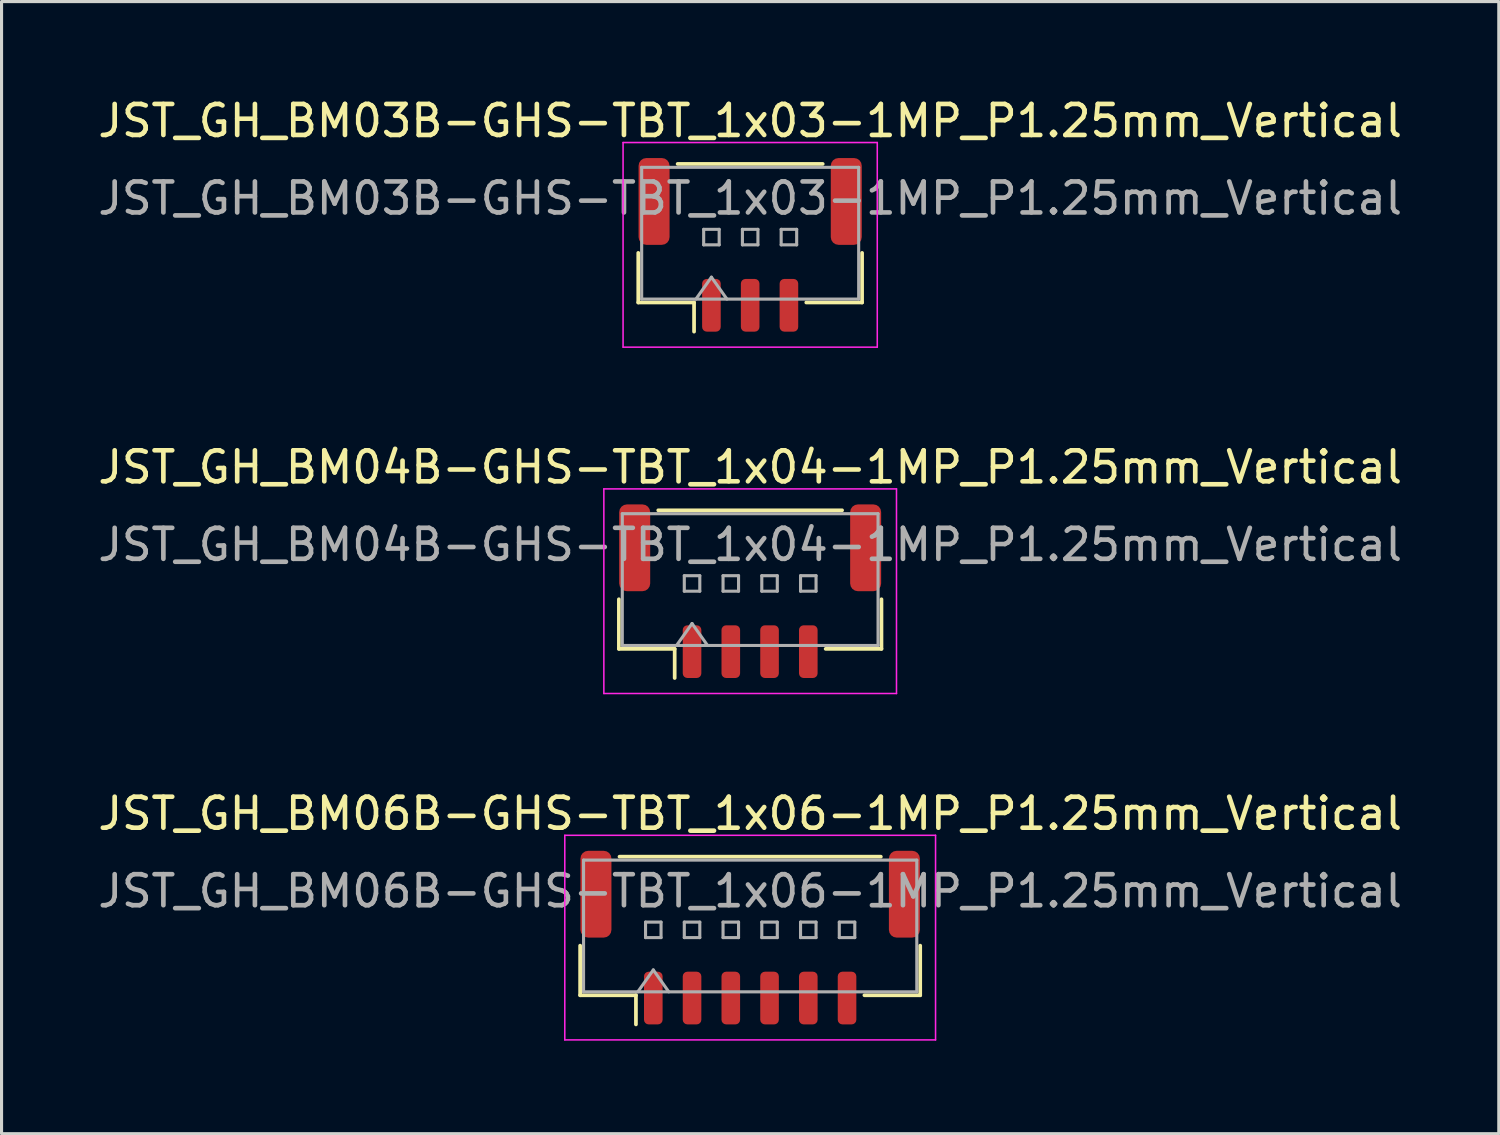
<source format=kicad_pcb>
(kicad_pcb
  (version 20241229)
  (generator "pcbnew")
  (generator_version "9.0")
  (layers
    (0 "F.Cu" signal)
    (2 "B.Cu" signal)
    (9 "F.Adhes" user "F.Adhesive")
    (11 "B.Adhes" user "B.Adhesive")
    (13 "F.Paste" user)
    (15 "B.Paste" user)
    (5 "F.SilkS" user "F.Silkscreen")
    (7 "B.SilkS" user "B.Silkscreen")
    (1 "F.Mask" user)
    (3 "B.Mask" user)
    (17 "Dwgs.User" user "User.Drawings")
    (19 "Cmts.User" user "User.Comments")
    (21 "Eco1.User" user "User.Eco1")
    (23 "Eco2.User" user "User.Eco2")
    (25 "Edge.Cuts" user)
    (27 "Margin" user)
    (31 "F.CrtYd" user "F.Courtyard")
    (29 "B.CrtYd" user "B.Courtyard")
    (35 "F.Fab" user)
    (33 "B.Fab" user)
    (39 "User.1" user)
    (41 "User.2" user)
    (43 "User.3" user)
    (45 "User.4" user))
  (footprint "JST_GH_BM03B-GHS-TBT_1x03-1MP_P1.25mm_Vertical"
    (layer "F.Cu")
    (at 21.149 4.848)
    (property "Reference" "JST_GH_BM03B-GHS-TBT_1x03-1MP_P1.25mm_Vertical" (at 0 -4 0) (layer "F.SilkS") (effects (font (size 1 1) (thickness 0.15))))
    (attr smd)
    (fp_line (start -3.61 0.26) (end -3.61 1.86) (stroke (width 0.12) (type solid)) (layer "F.SilkS"))
    (fp_line (start -3.61 1.86) (end -1.81 1.86) (stroke (width 0.12) (type solid)) (layer "F.SilkS"))
    (fp_line (start -2.34 -2.61) (end 2.34 -2.61) (stroke (width 0.12) (type solid)) (layer "F.SilkS"))
    (fp_line (start -1.81 1.86) (end -1.81 2.8) (stroke (width 0.12) (type solid)) (layer "F.SilkS"))
    (fp_line (start 3.61 0.26) (end 3.61 1.86) (stroke (width 0.12) (type solid)) (layer "F.SilkS"))
    (fp_line (start 3.61 1.86) (end 1.81 1.86) (stroke (width 0.12) (type solid)) (layer "F.SilkS"))
    (fp_line (start -4.1 -3.3) (end -4.1 3.3) (stroke (width 0.05) (type solid)) (layer "F.CrtYd"))
    (fp_line (start -4.1 3.3) (end 4.1 3.3) (stroke (width 0.05) (type solid)) (layer "F.CrtYd"))
    (fp_line (start 4.1 -3.3) (end -4.1 -3.3) (stroke (width 0.05) (type solid)) (layer "F.CrtYd"))
    (fp_line (start 4.1 3.3) (end 4.1 -3.3) (stroke (width 0.05) (type solid)) (layer "F.CrtYd"))
    (fp_line (start -3.5 -2.5) (end 3.5 -2.5) (stroke (width 0.1) (type solid)) (layer "F.Fab"))
    (fp_line (start -3.5 1.75) (end -3.5 -2.5) (stroke (width 0.1) (type solid)) (layer "F.Fab"))
    (fp_line (start -3.5 1.75) (end 3.5 1.75) (stroke (width 0.1) (type solid)) (layer "F.Fab"))
    (fp_line (start -1.75 1.75) (end -1.25 1.043) (stroke (width 0.1) (type solid)) (layer "F.Fab"))
    (fp_line (start -1.5 -0.5) (end -1.5 0) (stroke (width 0.1) (type solid)) (layer "F.Fab"))
    (fp_line (start -1.5 0) (end -1 0) (stroke (width 0.1) (type solid)) (layer "F.Fab"))
    (fp_line (start -1.25 1.043) (end -0.75 1.75) (stroke (width 0.1) (type solid)) (layer "F.Fab"))
    (fp_line (start -1 -0.5) (end -1.5 -0.5) (stroke (width 0.1) (type solid)) (layer "F.Fab"))
    (fp_line (start -1 0) (end -1 -0.5) (stroke (width 0.1) (type solid)) (layer "F.Fab"))
    (fp_line (start -0.25 -0.5) (end -0.25 0) (stroke (width 0.1) (type solid)) (layer "F.Fab"))
    (fp_line (start -0.25 0) (end 0.25 0) (stroke (width 0.1) (type solid)) (layer "F.Fab"))
    (fp_line (start 0.25 -0.5) (end -0.25 -0.5) (stroke (width 0.1) (type solid)) (layer "F.Fab"))
    (fp_line (start 0.25 0) (end 0.25 -0.5) (stroke (width 0.1) (type solid)) (layer "F.Fab"))
    (fp_line (start 1 -0.5) (end 1 0) (stroke (width 0.1) (type solid)) (layer "F.Fab"))
    (fp_line (start 1 0) (end 1.5 0) (stroke (width 0.1) (type solid)) (layer "F.Fab"))
    (fp_line (start 1.5 -0.5) (end 1 -0.5) (stroke (width 0.1) (type solid)) (layer "F.Fab"))
    (fp_line (start 1.5 0) (end 1.5 -0.5) (stroke (width 0.1) (type solid)) (layer "F.Fab"))
    (fp_line (start 3.5 1.75) (end 3.5 -2.5) (stroke (width 0.1) (type solid)) (layer "F.Fab"))
    (fp_text user "${REFERENCE}" (at 0 -1.5 0) (layer "F.Fab") (effects (font (size 1 1) (thickness 0.15))))
    (pad "1" smd roundrect (at -1.25 1.95) (size 0.6 1.7) (layers "F.Cu" "F.Mask" "F.Paste") (roundrect_rratio 0.25))
    (pad "2" smd roundrect (at 0 1.95) (size 0.6 1.7) (layers "F.Cu" "F.Mask" "F.Paste") (roundrect_rratio 0.25))
    (pad "3" smd roundrect (at 1.25 1.95) (size 0.6 1.7) (layers "F.Cu" "F.Mask" "F.Paste") (roundrect_rratio 0.25))
    (pad "MP" smd roundrect (at -3.1 -1.4) (size 1 2.8) (layers "F.Cu" "F.Mask" "F.Paste") (roundrect_rratio 0.25))
    (pad "MP" smd roundrect (at 3.1 -1.4) (size 1 2.8) (layers "F.Cu" "F.Mask" "F.Paste") (roundrect_rratio 0.25)))
  (footprint "JST_GH_BM04B-GHS-TBT_1x04-1MP_P1.25mm_Vertical"
    (layer "F.Cu")
    (at 21.149 16.021)
    (property "Reference" "JST_GH_BM04B-GHS-TBT_1x04-1MP_P1.25mm_Vertical" (at 0 -4 0) (layer "F.SilkS") (effects (font (size 1 1) (thickness 0.15))))
    (attr smd)
    (fp_line (start -4.235 0.26) (end -4.235 1.86) (stroke (width 0.12) (type solid)) (layer "F.SilkS"))
    (fp_line (start -4.235 1.86) (end -2.435 1.86) (stroke (width 0.12) (type solid)) (layer "F.SilkS"))
    (fp_line (start -2.965 -2.61) (end 2.965 -2.61) (stroke (width 0.12) (type solid)) (layer "F.SilkS"))
    (fp_line (start -2.435 1.86) (end -2.435 2.8) (stroke (width 0.12) (type solid)) (layer "F.SilkS"))
    (fp_line (start 4.235 0.26) (end 4.235 1.86) (stroke (width 0.12) (type solid)) (layer "F.SilkS"))
    (fp_line (start 4.235 1.86) (end 2.435 1.86) (stroke (width 0.12) (type solid)) (layer "F.SilkS"))
    (fp_line (start -4.72 -3.3) (end -4.72 3.3) (stroke (width 0.05) (type solid)) (layer "F.CrtYd"))
    (fp_line (start -4.72 3.3) (end 4.72 3.3) (stroke (width 0.05) (type solid)) (layer "F.CrtYd"))
    (fp_line (start 4.72 -3.3) (end -4.72 -3.3) (stroke (width 0.05) (type solid)) (layer "F.CrtYd"))
    (fp_line (start 4.72 3.3) (end 4.72 -3.3) (stroke (width 0.05) (type solid)) (layer "F.CrtYd"))
    (fp_line (start -4.125 -2.5) (end 4.125 -2.5) (stroke (width 0.1) (type solid)) (layer "F.Fab"))
    (fp_line (start -4.125 1.75) (end -4.125 -2.5) (stroke (width 0.1) (type solid)) (layer "F.Fab"))
    (fp_line (start -4.125 1.75) (end 4.125 1.75) (stroke (width 0.1) (type solid)) (layer "F.Fab"))
    (fp_line (start -2.375 1.75) (end -1.875 1.043) (stroke (width 0.1) (type solid)) (layer "F.Fab"))
    (fp_line (start -2.125 -0.5) (end -2.125 0) (stroke (width 0.1) (type solid)) (layer "F.Fab"))
    (fp_line (start -2.125 0) (end -1.625 0) (stroke (width 0.1) (type solid)) (layer "F.Fab"))
    (fp_line (start -1.875 1.043) (end -1.375 1.75) (stroke (width 0.1) (type solid)) (layer "F.Fab"))
    (fp_line (start -1.625 -0.5) (end -2.125 -0.5) (stroke (width 0.1) (type solid)) (layer "F.Fab"))
    (fp_line (start -1.625 0) (end -1.625 -0.5) (stroke (width 0.1) (type solid)) (layer "F.Fab"))
    (fp_line (start -0.875 -0.5) (end -0.875 0) (stroke (width 0.1) (type solid)) (layer "F.Fab"))
    (fp_line (start -0.875 0) (end -0.375 0) (stroke (width 0.1) (type solid)) (layer "F.Fab"))
    (fp_line (start -0.375 -0.5) (end -0.875 -0.5) (stroke (width 0.1) (type solid)) (layer "F.Fab"))
    (fp_line (start -0.375 0) (end -0.375 -0.5) (stroke (width 0.1) (type solid)) (layer "F.Fab"))
    (fp_line (start 0.375 -0.5) (end 0.375 0) (stroke (width 0.1) (type solid)) (layer "F.Fab"))
    (fp_line (start 0.375 0) (end 0.875 0) (stroke (width 0.1) (type solid)) (layer "F.Fab"))
    (fp_line (start 0.875 -0.5) (end 0.375 -0.5) (stroke (width 0.1) (type solid)) (layer "F.Fab"))
    (fp_line (start 0.875 0) (end 0.875 -0.5) (stroke (width 0.1) (type solid)) (layer "F.Fab"))
    (fp_line (start 1.625 -0.5) (end 1.625 0) (stroke (width 0.1) (type solid)) (layer "F.Fab"))
    (fp_line (start 1.625 0) (end 2.125 0) (stroke (width 0.1) (type solid)) (layer "F.Fab"))
    (fp_line (start 2.125 -0.5) (end 1.625 -0.5) (stroke (width 0.1) (type solid)) (layer "F.Fab"))
    (fp_line (start 2.125 0) (end 2.125 -0.5) (stroke (width 0.1) (type solid)) (layer "F.Fab"))
    (fp_line (start 4.125 1.75) (end 4.125 -2.5) (stroke (width 0.1) (type solid)) (layer "F.Fab"))
    (fp_text user "${REFERENCE}" (at 0 -1.5 0) (layer "F.Fab") (effects (font (size 1 1) (thickness 0.15))))
    (pad "1" smd roundrect (at -1.875 1.95) (size 0.6 1.7) (layers "F.Cu" "F.Mask" "F.Paste") (roundrect_rratio 0.25))
    (pad "2" smd roundrect (at -0.625 1.95) (size 0.6 1.7) (layers "F.Cu" "F.Mask" "F.Paste") (roundrect_rratio 0.25))
    (pad "3" smd roundrect (at 0.625 1.95) (size 0.6 1.7) (layers "F.Cu" "F.Mask" "F.Paste") (roundrect_rratio 0.25))
    (pad "4" smd roundrect (at 1.875 1.95) (size 0.6 1.7) (layers "F.Cu" "F.Mask" "F.Paste") (roundrect_rratio 0.25))
    (pad "MP" smd roundrect (at -3.725 -1.4) (size 1 2.8) (layers "F.Cu" "F.Mask" "F.Paste") (roundrect_rratio 0.25))
    (pad "MP" smd roundrect (at 3.725 -1.4) (size 1 2.8) (layers "F.Cu" "F.Mask" "F.Paste") (roundrect_rratio 0.25)))
  (footprint "JST_GH_BM06B-GHS-TBT_1x06-1MP_P1.25mm_Vertical"
    (layer "F.Cu")
    (at 21.149 27.195)
    (property "Reference" "JST_GH_BM06B-GHS-TBT_1x06-1MP_P1.25mm_Vertical" (at 0 -4 0) (layer "F.SilkS") (effects (font (size 1 1) (thickness 0.15))))
    (attr smd)
    (fp_line (start -5.485 0.26) (end -5.485 1.86) (stroke (width 0.12) (type solid)) (layer "F.SilkS"))
    (fp_line (start -5.485 1.86) (end -3.685 1.86) (stroke (width 0.12) (type solid)) (layer "F.SilkS"))
    (fp_line (start -4.215 -2.61) (end 4.215 -2.61) (stroke (width 0.12) (type solid)) (layer "F.SilkS"))
    (fp_line (start -3.685 1.86) (end -3.685 2.8) (stroke (width 0.12) (type solid)) (layer "F.SilkS"))
    (fp_line (start 5.485 0.26) (end 5.485 1.86) (stroke (width 0.12) (type solid)) (layer "F.SilkS"))
    (fp_line (start 5.485 1.86) (end 3.685 1.86) (stroke (width 0.12) (type solid)) (layer "F.SilkS"))
    (fp_line (start -5.98 -3.3) (end -5.98 3.3) (stroke (width 0.05) (type solid)) (layer "F.CrtYd"))
    (fp_line (start -5.98 3.3) (end 5.98 3.3) (stroke (width 0.05) (type solid)) (layer "F.CrtYd"))
    (fp_line (start 5.98 -3.3) (end -5.98 -3.3) (stroke (width 0.05) (type solid)) (layer "F.CrtYd"))
    (fp_line (start 5.98 3.3) (end 5.98 -3.3) (stroke (width 0.05) (type solid)) (layer "F.CrtYd"))
    (fp_line (start -5.375 -2.5) (end 5.375 -2.5) (stroke (width 0.1) (type solid)) (layer "F.Fab"))
    (fp_line (start -5.375 1.75) (end -5.375 -2.5) (stroke (width 0.1) (type solid)) (layer "F.Fab"))
    (fp_line (start -5.375 1.75) (end 5.375 1.75) (stroke (width 0.1) (type solid)) (layer "F.Fab"))
    (fp_line (start -3.625 1.75) (end -3.125 1.043) (stroke (width 0.1) (type solid)) (layer "F.Fab"))
    (fp_line (start -3.375 -0.5) (end -3.375 0) (stroke (width 0.1) (type solid)) (layer "F.Fab"))
    (fp_line (start -3.375 0) (end -2.875 0) (stroke (width 0.1) (type solid)) (layer "F.Fab"))
    (fp_line (start -3.125 1.043) (end -2.625 1.75) (stroke (width 0.1) (type solid)) (layer "F.Fab"))
    (fp_line (start -2.875 -0.5) (end -3.375 -0.5) (stroke (width 0.1) (type solid)) (layer "F.Fab"))
    (fp_line (start -2.875 0) (end -2.875 -0.5) (stroke (width 0.1) (type solid)) (layer "F.Fab"))
    (fp_line (start -2.125 -0.5) (end -2.125 0) (stroke (width 0.1) (type solid)) (layer "F.Fab"))
    (fp_line (start -2.125 0) (end -1.625 0) (stroke (width 0.1) (type solid)) (layer "F.Fab"))
    (fp_line (start -1.625 -0.5) (end -2.125 -0.5) (stroke (width 0.1) (type solid)) (layer "F.Fab"))
    (fp_line (start -1.625 0) (end -1.625 -0.5) (stroke (width 0.1) (type solid)) (layer "F.Fab"))
    (fp_line (start -0.875 -0.5) (end -0.875 0) (stroke (width 0.1) (type solid)) (layer "F.Fab"))
    (fp_line (start -0.875 0) (end -0.375 0) (stroke (width 0.1) (type solid)) (layer "F.Fab"))
    (fp_line (start -0.375 -0.5) (end -0.875 -0.5) (stroke (width 0.1) (type solid)) (layer "F.Fab"))
    (fp_line (start -0.375 0) (end -0.375 -0.5) (stroke (width 0.1) (type solid)) (layer "F.Fab"))
    (fp_line (start 0.375 -0.5) (end 0.375 0) (stroke (width 0.1) (type solid)) (layer "F.Fab"))
    (fp_line (start 0.375 0) (end 0.875 0) (stroke (width 0.1) (type solid)) (layer "F.Fab"))
    (fp_line (start 0.875 -0.5) (end 0.375 -0.5) (stroke (width 0.1) (type solid)) (layer "F.Fab"))
    (fp_line (start 0.875 0) (end 0.875 -0.5) (stroke (width 0.1) (type solid)) (layer "F.Fab"))
    (fp_line (start 1.625 -0.5) (end 1.625 0) (stroke (width 0.1) (type solid)) (layer "F.Fab"))
    (fp_line (start 1.625 0) (end 2.125 0) (stroke (width 0.1) (type solid)) (layer "F.Fab"))
    (fp_line (start 2.125 -0.5) (end 1.625 -0.5) (stroke (width 0.1) (type solid)) (layer "F.Fab"))
    (fp_line (start 2.125 0) (end 2.125 -0.5) (stroke (width 0.1) (type solid)) (layer "F.Fab"))
    (fp_line (start 2.875 -0.5) (end 2.875 0) (stroke (width 0.1) (type solid)) (layer "F.Fab"))
    (fp_line (start 2.875 0) (end 3.375 0) (stroke (width 0.1) (type solid)) (layer "F.Fab"))
    (fp_line (start 3.375 -0.5) (end 2.875 -0.5) (stroke (width 0.1) (type solid)) (layer "F.Fab"))
    (fp_line (start 3.375 0) (end 3.375 -0.5) (stroke (width 0.1) (type solid)) (layer "F.Fab"))
    (fp_line (start 5.375 1.75) (end 5.375 -2.5) (stroke (width 0.1) (type solid)) (layer "F.Fab"))
    (fp_text user "${REFERENCE}" (at 0 -1.5 0) (layer "F.Fab") (effects (font (size 1 1) (thickness 0.15))))
    (pad "1" smd roundrect (at -3.125 1.95) (size 0.6 1.7) (layers "F.Cu" "F.Mask" "F.Paste") (roundrect_rratio 0.25))
    (pad "2" smd roundrect (at -1.875 1.95) (size 0.6 1.7) (layers "F.Cu" "F.Mask" "F.Paste") (roundrect_rratio 0.25))
    (pad "3" smd roundrect (at -0.625 1.95) (size 0.6 1.7) (layers "F.Cu" "F.Mask" "F.Paste") (roundrect_rratio 0.25))
    (pad "4" smd roundrect (at 0.625 1.95) (size 0.6 1.7) (layers "F.Cu" "F.Mask" "F.Paste") (roundrect_rratio 0.25))
    (pad "5" smd roundrect (at 1.875 1.95) (size 0.6 1.7) (layers "F.Cu" "F.Mask" "F.Paste") (roundrect_rratio 0.25))
    (pad "6" smd roundrect (at 3.125 1.95) (size 0.6 1.7) (layers "F.Cu" "F.Mask" "F.Paste") (roundrect_rratio 0.25))
    (pad "MP" smd roundrect (at -4.975 -1.4) (size 1 2.8) (layers "F.Cu" "F.Mask" "F.Paste") (roundrect_rratio 0.25))
    (pad "MP" smd roundrect (at 4.975 -1.4) (size 1 2.8) (layers "F.Cu" "F.Mask" "F.Paste") (roundrect_rratio 0.25)))
  (gr_rect
    (start -3 -3)
    (end 45.298 33.52)
    (stroke (width 0.1) (type default))
    (fill no)
    (layer "Edge.Cuts")))
</source>
